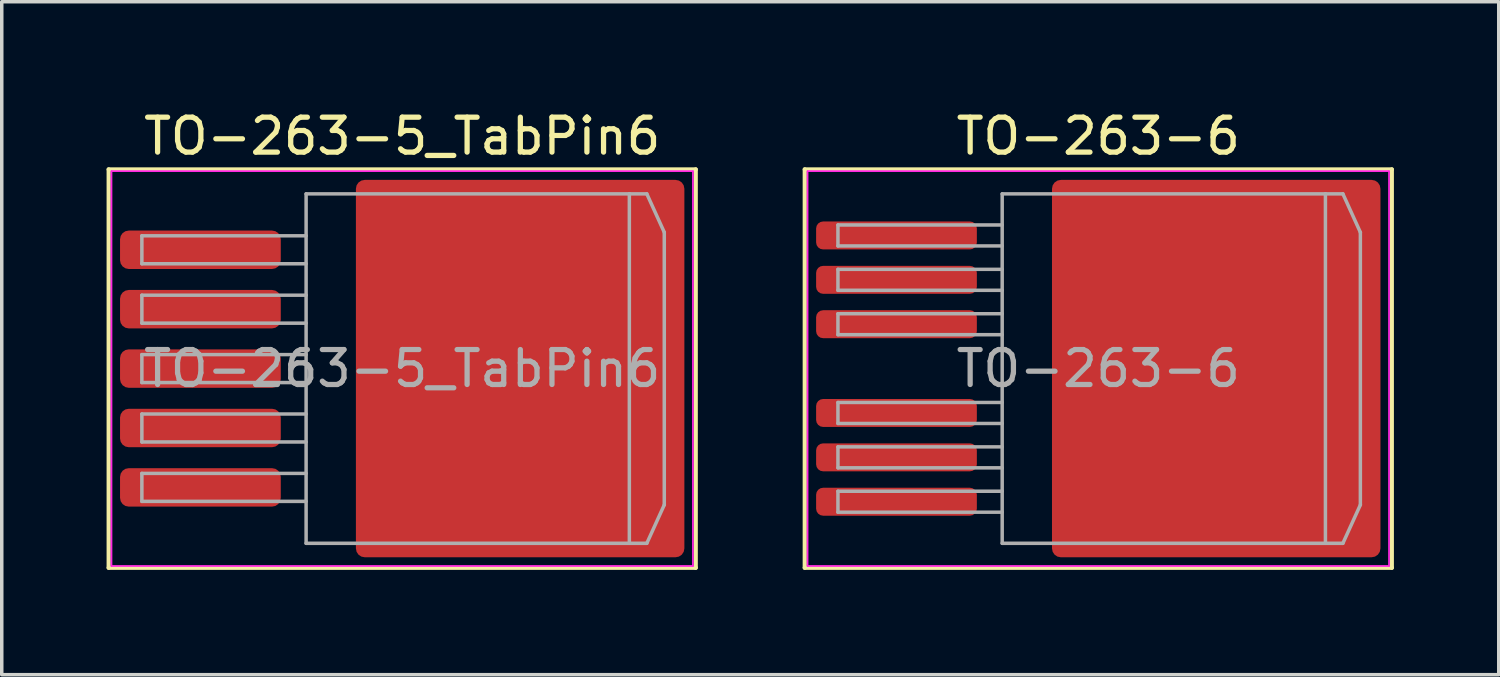
<source format=kicad_pcb>
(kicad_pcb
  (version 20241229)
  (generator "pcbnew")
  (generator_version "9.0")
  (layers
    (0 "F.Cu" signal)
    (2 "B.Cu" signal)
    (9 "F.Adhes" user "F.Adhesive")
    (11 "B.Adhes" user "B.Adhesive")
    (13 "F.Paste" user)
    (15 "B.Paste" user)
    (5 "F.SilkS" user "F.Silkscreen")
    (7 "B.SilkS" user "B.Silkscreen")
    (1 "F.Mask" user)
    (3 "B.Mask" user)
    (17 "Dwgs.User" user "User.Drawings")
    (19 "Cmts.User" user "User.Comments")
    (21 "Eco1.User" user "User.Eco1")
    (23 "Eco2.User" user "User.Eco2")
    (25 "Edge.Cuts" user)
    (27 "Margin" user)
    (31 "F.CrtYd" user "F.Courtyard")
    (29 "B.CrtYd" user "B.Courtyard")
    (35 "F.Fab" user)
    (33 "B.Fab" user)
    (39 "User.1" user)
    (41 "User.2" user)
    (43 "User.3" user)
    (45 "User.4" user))
  (footprint "TO-263-6"
    (layer "F.Cu")
    (at 28.38 7.498)
    (property "Reference" "TO-263-6" (at 0 -6.65 0) (layer "F.SilkS") (effects (font (size 1 1) (thickness 0.15))))
    (attr smd)
    (fp_line (start -8.4 -5.7) (end -8.4 5.7) (stroke (width 0.12) (type solid)) (layer "F.SilkS"))
    (fp_line (start -8.4 5.7) (end 8.4 5.7) (stroke (width 0.12) (type solid)) (layer "F.SilkS"))
    (fp_line (start 8.4 -5.7) (end -8.4 -5.7) (stroke (width 0.12) (type solid)) (layer "F.SilkS"))
    (fp_line (start 8.4 5.7) (end 8.4 -5.7) (stroke (width 0.12) (type solid)) (layer "F.SilkS"))
    (fp_line (start -8.32 -5.65) (end -8.32 5.65) (stroke (width 0.05) (type solid)) (layer "F.CrtYd"))
    (fp_line (start -8.32 5.65) (end 8.32 5.65) (stroke (width 0.05) (type solid)) (layer "F.CrtYd"))
    (fp_line (start 8.32 -5.65) (end -8.32 -5.65) (stroke (width 0.05) (type solid)) (layer "F.CrtYd"))
    (fp_line (start 8.32 5.65) (end 8.32 -5.65) (stroke (width 0.05) (type solid)) (layer "F.CrtYd"))
    (fp_line (start -7.45 -4.11) (end -7.45 -3.51) (stroke (width 0.1) (type solid)) (layer "F.Fab"))
    (fp_line (start -7.45 -3.51) (end -2.75 -3.51) (stroke (width 0.1) (type solid)) (layer "F.Fab"))
    (fp_line (start -7.45 -2.84) (end -7.45 -2.24) (stroke (width 0.1) (type solid)) (layer "F.Fab"))
    (fp_line (start -7.45 -2.24) (end -2.75 -2.24) (stroke (width 0.1) (type solid)) (layer "F.Fab"))
    (fp_line (start -7.45 -1.57) (end -7.45 -0.97) (stroke (width 0.1) (type solid)) (layer "F.Fab"))
    (fp_line (start -7.45 -0.97) (end -2.75 -0.97) (stroke (width 0.1) (type solid)) (layer "F.Fab"))
    (fp_line (start -7.45 0.97) (end -7.45 1.57) (stroke (width 0.1) (type solid)) (layer "F.Fab"))
    (fp_line (start -7.45 1.57) (end -2.75 1.57) (stroke (width 0.1) (type solid)) (layer "F.Fab"))
    (fp_line (start -7.45 2.24) (end -7.45 2.84) (stroke (width 0.1) (type solid)) (layer "F.Fab"))
    (fp_line (start -7.45 2.84) (end -2.75 2.84) (stroke (width 0.1) (type solid)) (layer "F.Fab"))
    (fp_line (start -7.45 3.51) (end -7.45 4.11) (stroke (width 0.1) (type solid)) (layer "F.Fab"))
    (fp_line (start -7.45 4.11) (end -2.75 4.11) (stroke (width 0.1) (type solid)) (layer "F.Fab"))
    (fp_line (start -2.75 -5) (end 6.5 -5) (stroke (width 0.1) (type solid)) (layer "F.Fab"))
    (fp_line (start -2.75 -4.11) (end -7.45 -4.11) (stroke (width 0.1) (type solid)) (layer "F.Fab"))
    (fp_line (start -2.75 -2.84) (end -7.45 -2.84) (stroke (width 0.1) (type solid)) (layer "F.Fab"))
    (fp_line (start -2.75 -1.57) (end -7.45 -1.57) (stroke (width 0.1) (type solid)) (layer "F.Fab"))
    (fp_line (start -2.75 0.97) (end -7.45 0.97) (stroke (width 0.1) (type solid)) (layer "F.Fab"))
    (fp_line (start -2.75 2.24) (end -7.45 2.24) (stroke (width 0.1) (type solid)) (layer "F.Fab"))
    (fp_line (start -2.75 3.51) (end -7.45 3.51) (stroke (width 0.1) (type solid)) (layer "F.Fab"))
    (fp_line (start -2.75 5) (end -2.75 -5) (stroke (width 0.1) (type solid)) (layer "F.Fab"))
    (fp_line (start 6.5 -5) (end 6.5 5) (stroke (width 0.1) (type solid)) (layer "F.Fab"))
    (fp_line (start 6.5 -5) (end 7 -5) (stroke (width 0.1) (type solid)) (layer "F.Fab"))
    (fp_line (start 6.5 5) (end -2.75 5) (stroke (width 0.1) (type solid)) (layer "F.Fab"))
    (fp_line (start 6.5 5) (end 7 5) (stroke (width 0.1) (type solid)) (layer "F.Fab"))
    (fp_line (start 7 -5) (end 7.5 -3.9) (stroke (width 0.1) (type solid)) (layer "F.Fab"))
    (fp_line (start 7 5) (end 7.5 3.9) (stroke (width 0.1) (type solid)) (layer "F.Fab"))
    (fp_line (start 7.5 -3.9) (end 7.5 3.9) (stroke (width 0.1) (type solid)) (layer "F.Fab"))
    (fp_text user "${REFERENCE}" (at 0 0 0) (layer "F.Fab") (effects (font (size 1 1) (thickness 0.15))))
    (pad "" smd roundrect (at -0.1 -3.9) (size 2 2.3) (layers "F.Paste") (roundrect_rratio 0.125))
    (pad "" smd roundrect (at -0.1 -1.3) (size 2 2.3) (layers "F.Paste") (roundrect_rratio 0.125))
    (pad "" smd roundrect (at -0.1 1.3) (size 2 2.3) (layers "F.Paste") (roundrect_rratio 0.125))
    (pad "" smd roundrect (at -0.1 3.9) (size 2 2.3) (layers "F.Paste") (roundrect_rratio 0.125))
    (pad "" smd roundrect (at 2.2 -3.9) (size 2 2.3) (layers "F.Paste") (roundrect_rratio 0.125))
    (pad "" smd roundrect (at 2.2 -1.3) (size 2 2.3) (layers "F.Paste") (roundrect_rratio 0.125))
    (pad "" smd roundrect (at 2.2 1.3) (size 2 2.3) (layers "F.Paste") (roundrect_rratio 0.125))
    (pad "" smd roundrect (at 2.2 3.9) (size 2 2.3) (layers "F.Paste") (roundrect_rratio 0.125))
    (pad "" smd roundrect (at 4.5 -3.9) (size 2 2.3) (layers "F.Paste") (roundrect_rratio 0.125))
    (pad "" smd roundrect (at 4.5 -1.3) (size 2 2.3) (layers "F.Paste") (roundrect_rratio 0.125))
    (pad "" smd roundrect (at 4.5 1.3) (size 2 2.3) (layers "F.Paste") (roundrect_rratio 0.125))
    (pad "" smd roundrect (at 4.5 3.9) (size 2 2.3) (layers "F.Paste") (roundrect_rratio 0.125))
    (pad "" smd roundrect (at 6.8 -3.9) (size 2 2.3) (layers "F.Paste") (roundrect_rratio 0.125))
    (pad "" smd roundrect (at 6.8 -1.3) (size 2 2.3) (layers "F.Paste") (roundrect_rratio 0.125))
    (pad "" smd roundrect (at 6.8 1.3) (size 2 2.3) (layers "F.Paste") (roundrect_rratio 0.125))
    (pad "" smd roundrect (at 6.8 3.9) (size 2 2.3) (layers "F.Paste") (roundrect_rratio 0.125))
    (pad "1" smd roundrect (at -5.775 -3.81) (size 4.6 0.8) (layers "F.Cu" "F.Mask" "F.Paste") (roundrect_rratio 0.25))
    (pad "2" smd roundrect (at -5.775 -2.54) (size 4.6 0.8) (layers "F.Cu" "F.Mask" "F.Paste") (roundrect_rratio 0.25))
    (pad "3" smd roundrect (at -5.775 -1.27) (size 4.6 0.8) (layers "F.Cu" "F.Mask" "F.Paste") (roundrect_rratio 0.25))
    (pad "4" smd roundrect (at 3.375 0) (size 9.4 10.8) (layers "F.Cu" "F.Mask") (roundrect_rratio 0.027))
    (pad "5" smd roundrect (at -5.775 1.27) (size 4.6 0.8) (layers "F.Cu" "F.Mask" "F.Paste") (roundrect_rratio 0.25))
    (pad "6" smd roundrect (at -5.775 2.54) (size 4.6 0.8) (layers "F.Cu" "F.Mask" "F.Paste") (roundrect_rratio 0.25))
    (pad "7" smd roundrect (at -5.775 3.81) (size 4.6 0.8) (layers "F.Cu" "F.Mask" "F.Paste") (roundrect_rratio 0.25)))
  (footprint "TO-263-5_TabPin6"
    (layer "F.Cu")
    (at 8.46 7.498)
    (property "Reference" "TO-263-5_TabPin6" (at 0 -6.65 0) (layer "F.SilkS") (effects (font (size 1 1) (thickness 0.15))))
    (attr smd)
    (fp_line (start -8.4 -5.7) (end -8.4 5.7) (stroke (width 0.12) (type solid)) (layer "F.SilkS"))
    (fp_line (start -8.4 5.7) (end 8.4 5.7) (stroke (width 0.12) (type solid)) (layer "F.SilkS"))
    (fp_line (start 8.4 -5.7) (end -8.4 -5.7) (stroke (width 0.12) (type solid)) (layer "F.SilkS"))
    (fp_line (start 8.4 5.7) (end 8.4 -5.7) (stroke (width 0.12) (type solid)) (layer "F.SilkS"))
    (fp_line (start -8.32 -5.65) (end -8.32 5.65) (stroke (width 0.05) (type solid)) (layer "F.CrtYd"))
    (fp_line (start -8.32 5.65) (end 8.32 5.65) (stroke (width 0.05) (type solid)) (layer "F.CrtYd"))
    (fp_line (start 8.32 -5.65) (end -8.32 -5.65) (stroke (width 0.05) (type solid)) (layer "F.CrtYd"))
    (fp_line (start 8.32 5.65) (end 8.32 -5.65) (stroke (width 0.05) (type solid)) (layer "F.CrtYd"))
    (fp_line (start -7.45 -3.8) (end -7.45 -3) (stroke (width 0.1) (type solid)) (layer "F.Fab"))
    (fp_line (start -7.45 -3) (end -2.75 -3) (stroke (width 0.1) (type solid)) (layer "F.Fab"))
    (fp_line (start -7.45 -2.1) (end -7.45 -1.3) (stroke (width 0.1) (type solid)) (layer "F.Fab"))
    (fp_line (start -7.45 -1.3) (end -2.75 -1.3) (stroke (width 0.1) (type solid)) (layer "F.Fab"))
    (fp_line (start -7.45 -0.4) (end -7.45 0.4) (stroke (width 0.1) (type solid)) (layer "F.Fab"))
    (fp_line (start -7.45 0.4) (end -2.75 0.4) (stroke (width 0.1) (type solid)) (layer "F.Fab"))
    (fp_line (start -7.45 1.3) (end -7.45 2.1) (stroke (width 0.1) (type solid)) (layer "F.Fab"))
    (fp_line (start -7.45 2.1) (end -2.75 2.1) (stroke (width 0.1) (type solid)) (layer "F.Fab"))
    (fp_line (start -7.45 3) (end -7.45 3.8) (stroke (width 0.1) (type solid)) (layer "F.Fab"))
    (fp_line (start -7.45 3.8) (end -2.75 3.8) (stroke (width 0.1) (type solid)) (layer "F.Fab"))
    (fp_line (start -2.75 -5) (end 6.5 -5) (stroke (width 0.1) (type solid)) (layer "F.Fab"))
    (fp_line (start -2.75 -3.8) (end -7.45 -3.8) (stroke (width 0.1) (type solid)) (layer "F.Fab"))
    (fp_line (start -2.75 -2.1) (end -7.45 -2.1) (stroke (width 0.1) (type solid)) (layer "F.Fab"))
    (fp_line (start -2.75 -0.4) (end -7.45 -0.4) (stroke (width 0.1) (type solid)) (layer "F.Fab"))
    (fp_line (start -2.75 1.3) (end -7.45 1.3) (stroke (width 0.1) (type solid)) (layer "F.Fab"))
    (fp_line (start -2.75 3) (end -7.45 3) (stroke (width 0.1) (type solid)) (layer "F.Fab"))
    (fp_line (start -2.75 5) (end -2.75 -5) (stroke (width 0.1) (type solid)) (layer "F.Fab"))
    (fp_line (start 6.5 -5) (end 6.5 5) (stroke (width 0.1) (type solid)) (layer "F.Fab"))
    (fp_line (start 6.5 -5) (end 7 -5) (stroke (width 0.1) (type solid)) (layer "F.Fab"))
    (fp_line (start 6.5 5) (end -2.75 5) (stroke (width 0.1) (type solid)) (layer "F.Fab"))
    (fp_line (start 6.5 5) (end 7 5) (stroke (width 0.1) (type solid)) (layer "F.Fab"))
    (fp_line (start 7 -5) (end 7.5 -3.9) (stroke (width 0.1) (type solid)) (layer "F.Fab"))
    (fp_line (start 7 5) (end 7.5 3.9) (stroke (width 0.1) (type solid)) (layer "F.Fab"))
    (fp_line (start 7.5 -3.9) (end 7.5 3.9) (stroke (width 0.1) (type solid)) (layer "F.Fab"))
    (fp_text user "${REFERENCE}" (at 0 0 0) (layer "F.Fab") (effects (font (size 1 1) (thickness 0.15))))
    (pad "" smd roundrect (at -0.1 -3.9) (size 2 2.3) (layers "F.Paste") (roundrect_rratio 0.125))
    (pad "" smd roundrect (at -0.1 -1.3) (size 2 2.3) (layers "F.Paste") (roundrect_rratio 0.125))
    (pad "" smd roundrect (at -0.1 1.3) (size 2 2.3) (layers "F.Paste") (roundrect_rratio 0.125))
    (pad "" smd roundrect (at -0.1 3.9) (size 2 2.3) (layers "F.Paste") (roundrect_rratio 0.125))
    (pad "" smd roundrect (at 2.2 -3.9) (size 2 2.3) (layers "F.Paste") (roundrect_rratio 0.125))
    (pad "" smd roundrect (at 2.2 -1.3) (size 2 2.3) (layers "F.Paste") (roundrect_rratio 0.125))
    (pad "" smd roundrect (at 2.2 1.3) (size 2 2.3) (layers "F.Paste") (roundrect_rratio 0.125))
    (pad "" smd roundrect (at 2.2 3.9) (size 2 2.3) (layers "F.Paste") (roundrect_rratio 0.125))
    (pad "" smd roundrect (at 4.5 -3.9) (size 2 2.3) (layers "F.Paste") (roundrect_rratio 0.125))
    (pad "" smd roundrect (at 4.5 -1.3) (size 2 2.3) (layers "F.Paste") (roundrect_rratio 0.125))
    (pad "" smd roundrect (at 4.5 1.3) (size 2 2.3) (layers "F.Paste") (roundrect_rratio 0.125))
    (pad "" smd roundrect (at 4.5 3.9) (size 2 2.3) (layers "F.Paste") (roundrect_rratio 0.125))
    (pad "" smd roundrect (at 6.8 -3.9) (size 2 2.3) (layers "F.Paste") (roundrect_rratio 0.125))
    (pad "" smd roundrect (at 6.8 -1.3) (size 2 2.3) (layers "F.Paste") (roundrect_rratio 0.125))
    (pad "" smd roundrect (at 6.8 1.3) (size 2 2.3) (layers "F.Paste") (roundrect_rratio 0.125))
    (pad "" smd roundrect (at 6.8 3.9) (size 2 2.3) (layers "F.Paste") (roundrect_rratio 0.125))
    (pad "1" smd roundrect (at -5.775 -3.4) (size 4.6 1.1) (layers "F.Cu" "F.Mask" "F.Paste") (roundrect_rratio 0.227))
    (pad "2" smd roundrect (at -5.775 -1.7) (size 4.6 1.1) (layers "F.Cu" "F.Mask" "F.Paste") (roundrect_rratio 0.227))
    (pad "3" smd roundrect (at -5.775 0) (size 4.6 1.1) (layers "F.Cu" "F.Mask" "F.Paste") (roundrect_rratio 0.227))
    (pad "4" smd roundrect (at -5.775 1.7) (size 4.6 1.1) (layers "F.Cu" "F.Mask" "F.Paste") (roundrect_rratio 0.227))
    (pad "5" smd roundrect (at -5.775 3.4) (size 4.6 1.1) (layers "F.Cu" "F.Mask" "F.Paste") (roundrect_rratio 0.227))
    (pad "6" smd roundrect (at 3.375 0) (size 9.4 10.8) (layers "F.Cu" "F.Mask") (roundrect_rratio 0.027)))
  (gr_rect
    (start -3 -3)
    (end 39.84 16.258)
    (stroke (width 0.1) (type default))
    (fill no)
    (layer "Edge.Cuts")))
</source>
